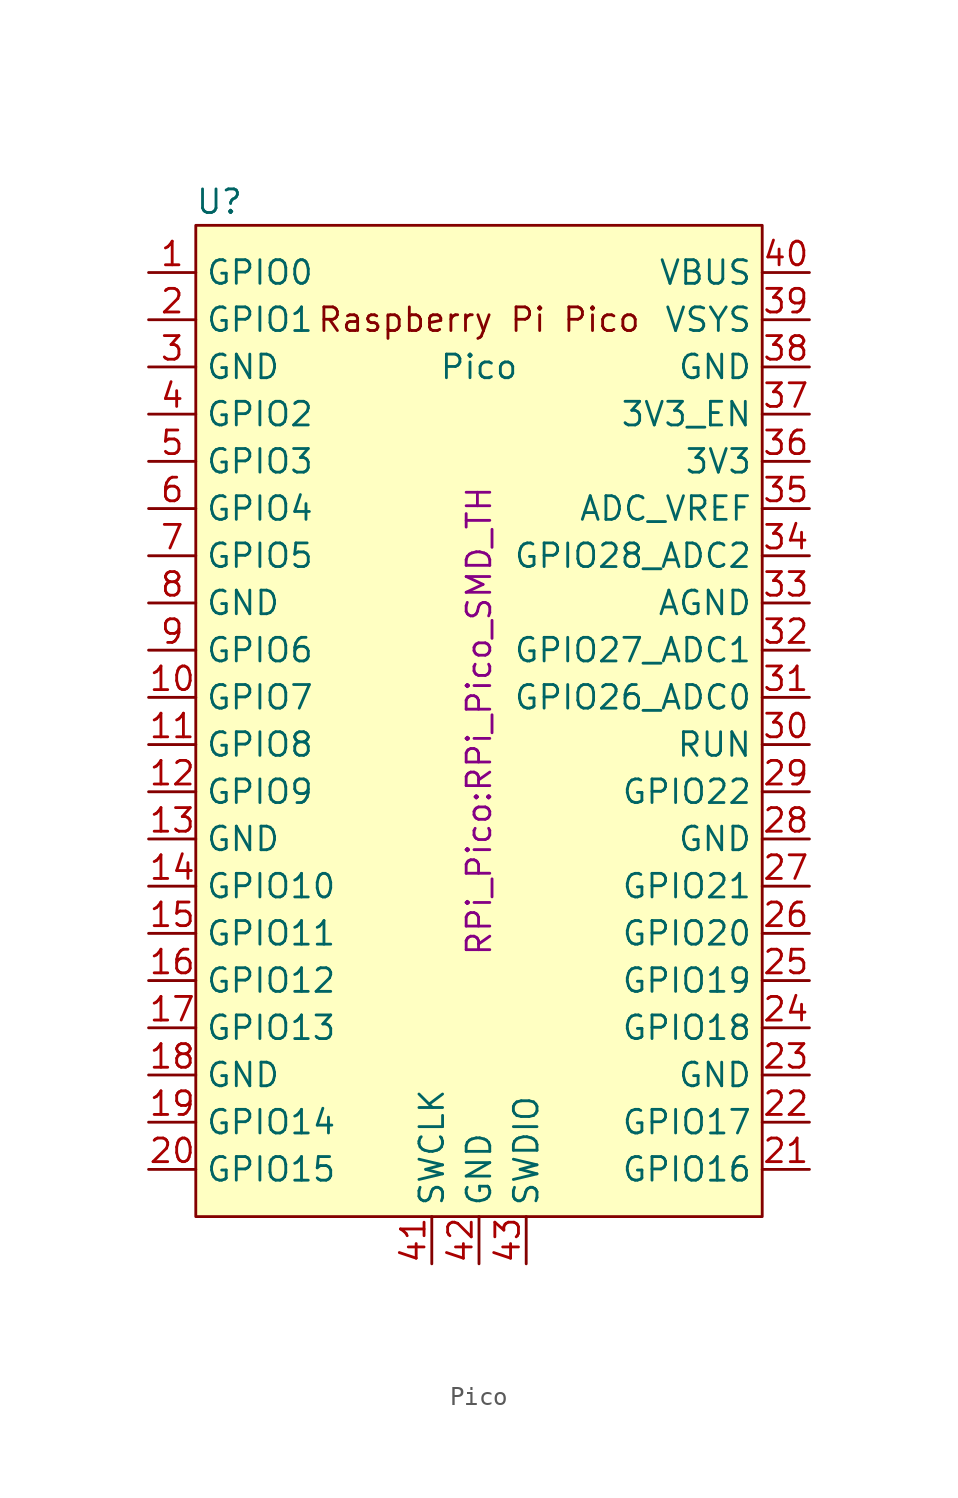
<source format=kicad_sym>
(kicad_symbol_lib
  (version 20220914)
  (generator kicad_symbol_editor)
  (symbol "Pico"
    (property "Reference" "U"
      (at -13.97 27.94 0)
      (effects (font (size 1.27 1.27))))
    (property "Value" "Pico"
      (at 0 19.05 0)
      (effects (font (size 1.27 1.27))))
    (property "Footprint" "RPi_Pico:RPi_Pico_SMD_TH"
      (at 0 0 90)
      (effects (font (size 1.27 1.27))))
    (symbol "Pico_0_0"
      (text "Raspberry Pi Pico" (at 0 21.59 0) (effects (font (size 1.27 1.27)))))
    (symbol "Pico_0_1"
      (rectangle (start -15.24 26.67) (end 15.24 -26.67) (stroke (width 0) (type default)) (fill (type background))))
    (symbol "Pico_1_1"
      (pin bidirectional line (at -17.78 24.13 0) (length 2.54) (name "GPIO0" (effects (font (size 1.27 1.27)))) (number "1" (effects (font (size 1.27 1.27)))))
      (pin bidirectional line (at -17.78 1.27 0) (length 2.54) (name "GPIO7" (effects (font (size 1.27 1.27)))) (number "10" (effects (font (size 1.27 1.27)))))
      (pin bidirectional line (at -17.78 -1.27 0) (length 2.54) (name "GPIO8" (effects (font (size 1.27 1.27)))) (number "11" (effects (font (size 1.27 1.27)))))
      (pin bidirectional line (at -17.78 -3.81 0) (length 2.54) (name "GPIO9" (effects (font (size 1.27 1.27)))) (number "12" (effects (font (size 1.27 1.27)))))
      (pin power_in line (at -17.78 -6.35 0) (length 2.54) (name "GND" (effects (font (size 1.27 1.27)))) (number "13" (effects (font (size 1.27 1.27)))))
      (pin bidirectional line (at -17.78 -8.89 0) (length 2.54) (name "GPIO10" (effects (font (size 1.27 1.27)))) (number "14" (effects (font (size 1.27 1.27)))))
      (pin bidirectional line (at -17.78 -11.43 0) (length 2.54) (name "GPIO11" (effects (font (size 1.27 1.27)))) (number "15" (effects (font (size 1.27 1.27)))))
      (pin bidirectional line (at -17.78 -13.97 0) (length 2.54) (name "GPIO12" (effects (font (size 1.27 1.27)))) (number "16" (effects (font (size 1.27 1.27)))))
      (pin bidirectional line (at -17.78 -16.51 0) (length 2.54) (name "GPIO13" (effects (font (size 1.27 1.27)))) (number "17" (effects (font (size 1.27 1.27)))))
      (pin power_in line (at -17.78 -19.05 0) (length 2.54) (name "GND" (effects (font (size 1.27 1.27)))) (number "18" (effects (font (size 1.27 1.27)))))
      (pin bidirectional line (at -17.78 -21.59 0) (length 2.54) (name "GPIO14" (effects (font (size 1.27 1.27)))) (number "19" (effects (font (size 1.27 1.27)))))
      (pin bidirectional line (at -17.78 21.59 0) (length 2.54) (name "GPIO1" (effects (font (size 1.27 1.27)))) (number "2" (effects (font (size 1.27 1.27)))))
      (pin bidirectional line (at -17.78 -24.13 0) (length 2.54) (name "GPIO15" (effects (font (size 1.27 1.27)))) (number "20" (effects (font (size 1.27 1.27)))))
      (pin bidirectional line (at 17.78 -24.13 180) (length 2.54) (name "GPIO16" (effects (font (size 1.27 1.27)))) (number "21" (effects (font (size 1.27 1.27)))))
      (pin bidirectional line (at 17.78 -21.59 180) (length 2.54) (name "GPIO17" (effects (font (size 1.27 1.27)))) (number "22" (effects (font (size 1.27 1.27)))))
      (pin power_in line (at 17.78 -19.05 180) (length 2.54) (name "GND" (effects (font (size 1.27 1.27)))) (number "23" (effects (font (size 1.27 1.27)))))
      (pin bidirectional line (at 17.78 -16.51 180) (length 2.54) (name "GPIO18" (effects (font (size 1.27 1.27)))) (number "24" (effects (font (size 1.27 1.27)))))
      (pin bidirectional line (at 17.78 -13.97 180) (length 2.54) (name "GPIO19" (effects (font (size 1.27 1.27)))) (number "25" (effects (font (size 1.27 1.27)))))
      (pin bidirectional line (at 17.78 -11.43 180) (length 2.54) (name "GPIO20" (effects (font (size 1.27 1.27)))) (number "26" (effects (font (size 1.27 1.27)))))
      (pin bidirectional line (at 17.78 -8.89 180) (length 2.54) (name "GPIO21" (effects (font (size 1.27 1.27)))) (number "27" (effects (font (size 1.27 1.27)))))
      (pin power_in line (at 17.78 -6.35 180) (length 2.54) (name "GND" (effects (font (size 1.27 1.27)))) (number "28" (effects (font (size 1.27 1.27)))))
      (pin bidirectional line (at 17.78 -3.81 180) (length 2.54) (name "GPIO22" (effects (font (size 1.27 1.27)))) (number "29" (effects (font (size 1.27 1.27)))))
      (pin power_in line (at -17.78 19.05 0) (length 2.54) (name "GND" (effects (font (size 1.27 1.27)))) (number "3" (effects (font (size 1.27 1.27)))))
      (pin input line (at 17.78 -1.27 180) (length 2.54) (name "RUN" (effects (font (size 1.27 1.27)))) (number "30" (effects (font (size 1.27 1.27)))))
      (pin bidirectional line (at 17.78 1.27 180) (length 2.54) (name "GPIO26_ADC0" (effects (font (size 1.27 1.27)))) (number "31" (effects (font (size 1.27 1.27)))))
      (pin bidirectional line (at 17.78 3.81 180) (length 2.54) (name "GPIO27_ADC1" (effects (font (size 1.27 1.27)))) (number "32" (effects (font (size 1.27 1.27)))))
      (pin power_in line (at 17.78 6.35 180) (length 2.54) (name "AGND" (effects (font (size 1.27 1.27)))) (number "33" (effects (font (size 1.27 1.27)))))
      (pin bidirectional line (at 17.78 8.89 180) (length 2.54) (name "GPIO28_ADC2" (effects (font (size 1.27 1.27)))) (number "34" (effects (font (size 1.27 1.27)))))
      (pin power_in line (at 17.78 11.43 180) (length 2.54) (name "ADC_VREF" (effects (font (size 1.27 1.27)))) (number "35" (effects (font (size 1.27 1.27)))))
      (pin power_in line (at 17.78 13.97 180) (length 2.54) (name "3V3" (effects (font (size 1.27 1.27)))) (number "36" (effects (font (size 1.27 1.27)))))
      (pin input line (at 17.78 16.51 180) (length 2.54) (name "3V3_EN" (effects (font (size 1.27 1.27)))) (number "37" (effects (font (size 1.27 1.27)))))
      (pin bidirectional line (at 17.78 19.05 180) (length 2.54) (name "GND" (effects (font (size 1.27 1.27)))) (number "38" (effects (font (size 1.27 1.27)))))
      (pin power_in line (at 17.78 21.59 180) (length 2.54) (name "VSYS" (effects (font (size 1.27 1.27)))) (number "39" (effects (font (size 1.27 1.27)))))
      (pin bidirectional line (at -17.78 16.51 0) (length 2.54) (name "GPIO2" (effects (font (size 1.27 1.27)))) (number "4" (effects (font (size 1.27 1.27)))))
      (pin power_in line (at 17.78 24.13 180) (length 2.54) (name "VBUS" (effects (font (size 1.27 1.27)))) (number "40" (effects (font (size 1.27 1.27)))))
      (pin input line (at -2.54 -29.21 90) (length 2.54) (name "SWCLK" (effects (font (size 1.27 1.27)))) (number "41" (effects (font (size 1.27 1.27)))))
      (pin power_in line (at 0 -29.21 90) (length 2.54) (name "GND" (effects (font (size 1.27 1.27)))) (number "42" (effects (font (size 1.27 1.27)))))
      (pin bidirectional line (at 2.54 -29.21 90) (length 2.54) (name "SWDIO" (effects (font (size 1.27 1.27)))) (number "43" (effects (font (size 1.27 1.27)))))
      (pin bidirectional line (at -17.78 13.97 0) (length 2.54) (name "GPIO3" (effects (font (size 1.27 1.27)))) (number "5" (effects (font (size 1.27 1.27)))))
      (pin bidirectional line (at -17.78 11.43 0) (length 2.54) (name "GPIO4" (effects (font (size 1.27 1.27)))) (number "6" (effects (font (size 1.27 1.27)))))
      (pin bidirectional line (at -17.78 8.89 0) (length 2.54) (name "GPIO5" (effects (font (size 1.27 1.27)))) (number "7" (effects (font (size 1.27 1.27)))))
      (pin power_in line (at -17.78 6.35 0) (length 2.54) (name "GND" (effects (font (size 1.27 1.27)))) (number "8" (effects (font (size 1.27 1.27)))))
      (pin bidirectional line (at -17.78 3.81 0) (length 2.54) (name "GPIO6" (effects (font (size 1.27 1.27)))) (number "9" (effects (font (size 1.27 1.27))))))))
</source>
